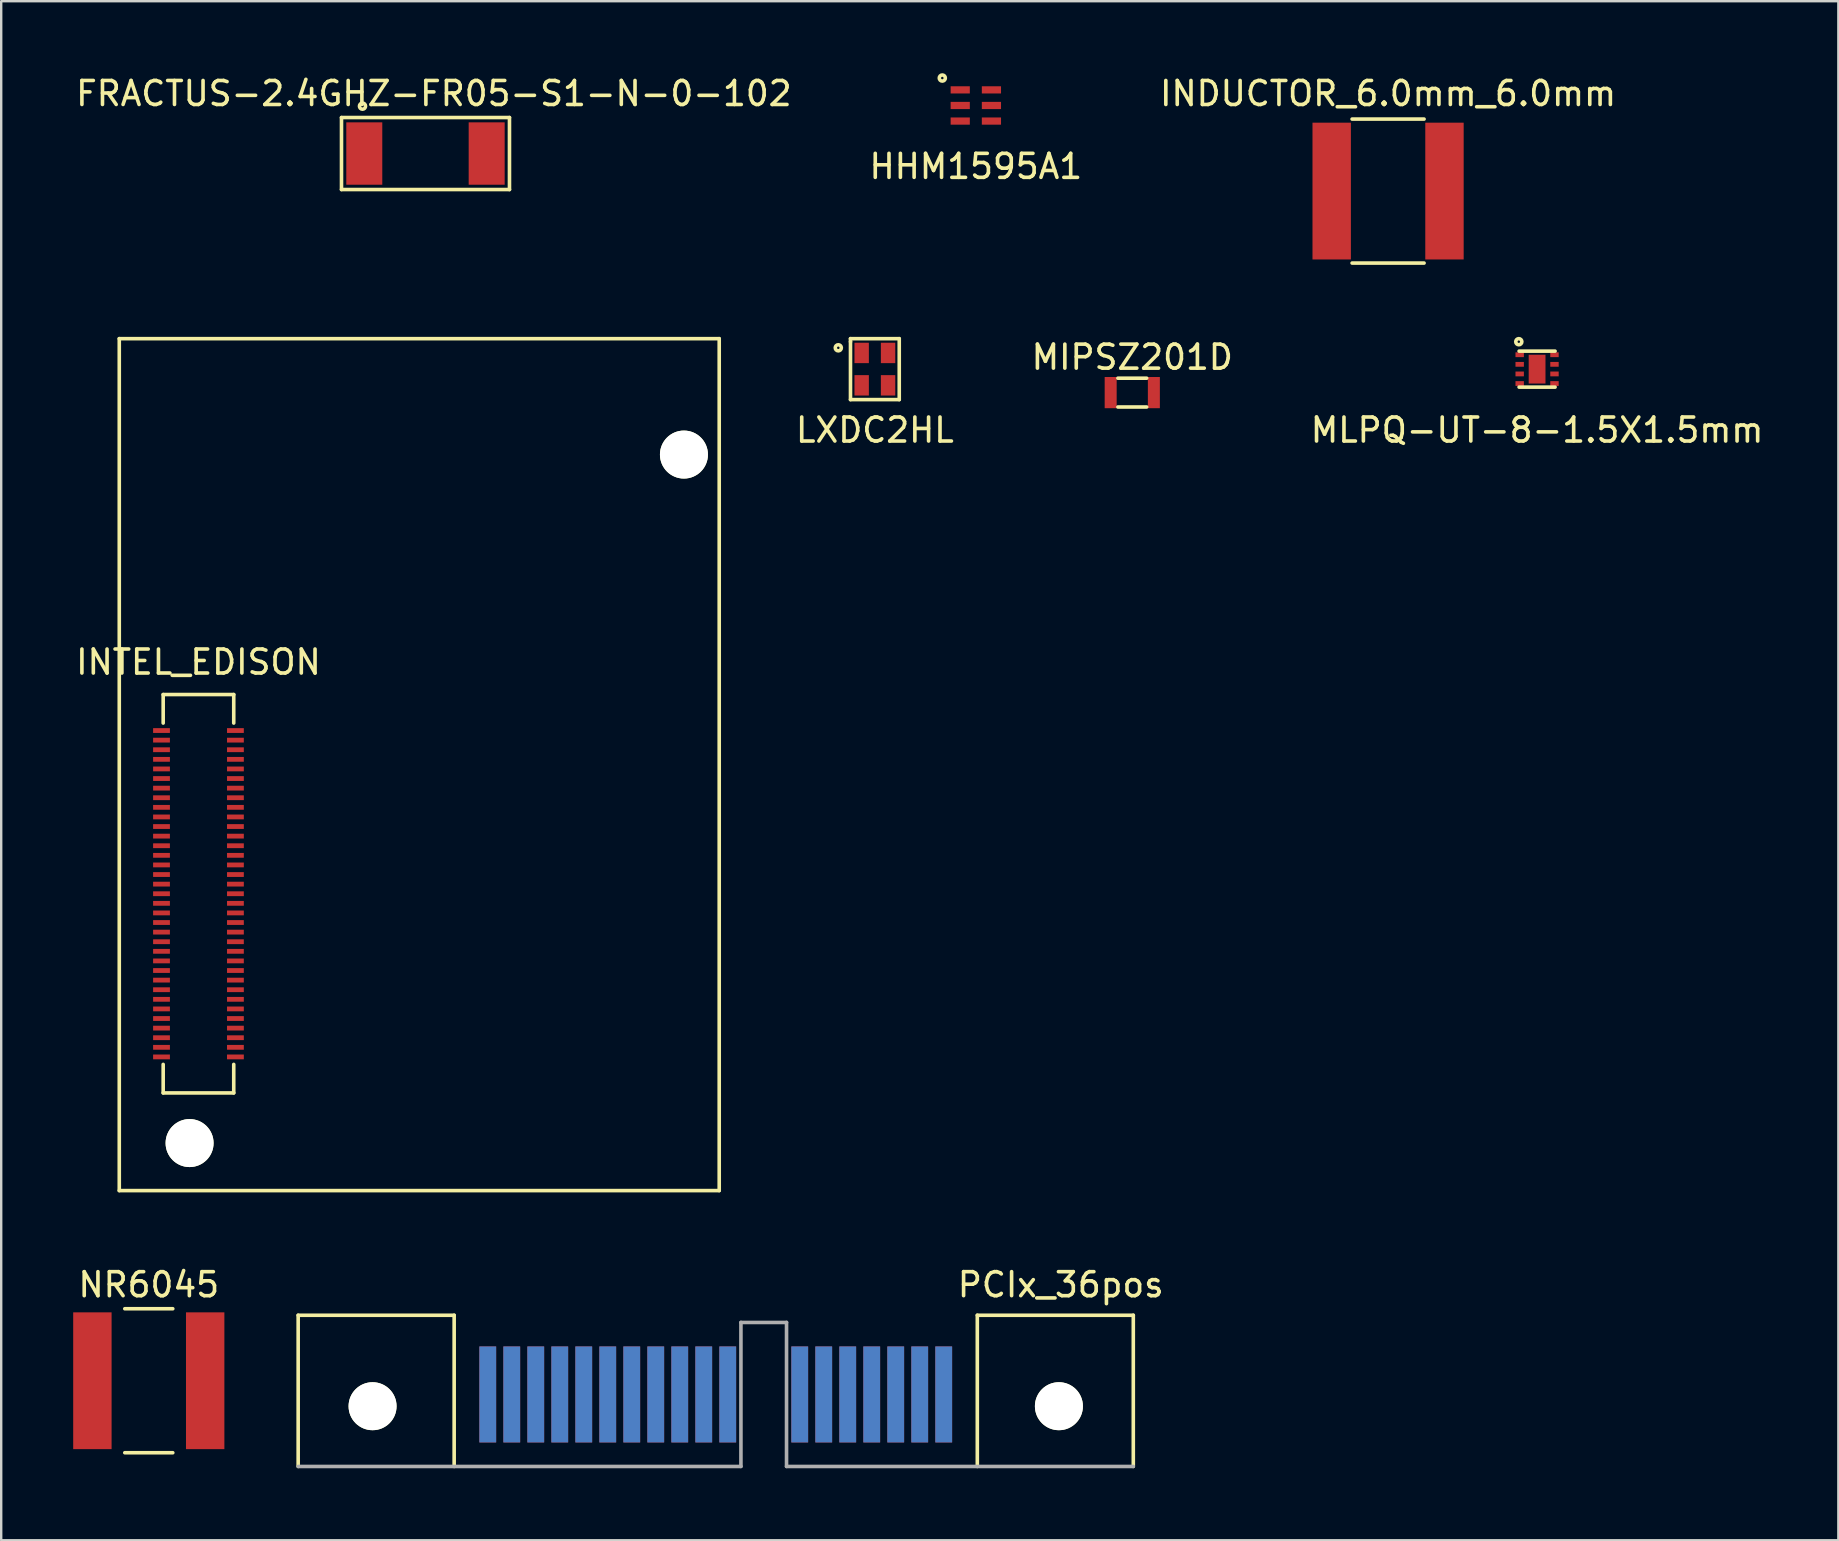
<source format=kicad_pcb>
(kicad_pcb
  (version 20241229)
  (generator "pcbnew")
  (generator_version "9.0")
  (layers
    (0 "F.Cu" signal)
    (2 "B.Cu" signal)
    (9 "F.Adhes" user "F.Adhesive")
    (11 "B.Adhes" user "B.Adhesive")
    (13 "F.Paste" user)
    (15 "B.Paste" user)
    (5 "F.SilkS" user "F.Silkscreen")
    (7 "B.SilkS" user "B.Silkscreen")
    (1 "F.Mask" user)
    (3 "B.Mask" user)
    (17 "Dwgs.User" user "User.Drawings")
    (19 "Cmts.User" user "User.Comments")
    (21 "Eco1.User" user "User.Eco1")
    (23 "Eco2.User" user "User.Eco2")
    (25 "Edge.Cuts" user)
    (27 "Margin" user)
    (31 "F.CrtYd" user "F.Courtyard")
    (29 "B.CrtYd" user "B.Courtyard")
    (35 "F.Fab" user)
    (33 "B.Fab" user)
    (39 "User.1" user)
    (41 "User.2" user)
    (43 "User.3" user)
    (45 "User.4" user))
  (footprint "INTEL_EDISON"
    (layer "F.Cu")
    (at 5.22 34.192)
    (property "Reference" "INTEL_EDISON" (at 0 -9.652 0) (layer "F.SilkS") (effects (font (size 1 1) (thickness 0.15))))
    (attr through_hole)
    (fp_line (start -3.3 -23.13) (end 21.7 -23.13) (stroke (width 0.15) (type solid)) (layer "F.SilkS"))
    (fp_line (start -3.3 12.37) (end -3.3 -23.13) (stroke (width 0.15) (type solid)) (layer "F.SilkS"))
    (fp_line (start -1.47 -8.3) (end 1.47 -8.3) (stroke (width 0.15) (type solid)) (layer "F.SilkS"))
    (fp_line (start -1.47 -7.112) (end -1.47 -8.3) (stroke (width 0.15) (type solid)) (layer "F.SilkS"))
    (fp_line (start -1.47 8.3) (end -1.47 7.112) (stroke (width 0.15) (type solid)) (layer "F.SilkS"))
    (fp_line (start 1.47 -8.3) (end 1.47 -7.112) (stroke (width 0.15) (type solid)) (layer "F.SilkS"))
    (fp_line (start 1.47 7.112) (end 1.47 8.3) (stroke (width 0.15) (type solid)) (layer "F.SilkS"))
    (fp_line (start 1.47 8.3) (end -1.47 8.3) (stroke (width 0.15) (type solid)) (layer "F.SilkS"))
    (fp_line (start 21.7 -23.13) (end 21.7 12.37) (stroke (width 0.15) (type solid)) (layer "F.SilkS"))
    (fp_line (start 21.7 12.37) (end -3.3 12.37) (stroke (width 0.15) (type solid)) (layer "F.SilkS"))
    (pad "" np_thru_hole circle (at -0.37 10.39) (size 2 2) (drill 2) (layers "*.Cu" "*.Mask" "F.SilkS"))
    (pad "" np_thru_hole circle (at 20.23 -18.3) (size 2 2) (drill 2) (layers "*.Cu" "*.Mask" "F.SilkS"))
    (pad "1" smd rect (at -1.54 -6.8) (size 0.7 0.2) (layers "F.Cu" "F.Mask" "F.Paste"))
    (pad "2" smd rect (at 1.54 -6.8) (size 0.7 0.2) (layers "F.Cu" "F.Mask" "F.Paste"))
    (pad "3" smd rect (at -1.54 -6.4) (size 0.7 0.2) (layers "F.Cu" "F.Mask" "F.Paste"))
    (pad "4" smd rect (at 1.54 -6.4) (size 0.7 0.2) (layers "F.Cu" "F.Mask" "F.Paste"))
    (pad "5" smd rect (at -1.54 -6) (size 0.7 0.2) (layers "F.Cu" "F.Mask" "F.Paste"))
    (pad "6" smd rect (at 1.54 -6) (size 0.7 0.2) (layers "F.Cu" "F.Mask" "F.Paste"))
    (pad "7" smd rect (at -1.54 -5.6) (size 0.7 0.2) (layers "F.Cu" "F.Mask" "F.Paste"))
    (pad "8" smd rect (at 1.54 -5.6) (size 0.7 0.2) (layers "F.Cu" "F.Mask" "F.Paste"))
    (pad "9" smd rect (at -1.54 -5.2) (size 0.7 0.2) (layers "F.Cu" "F.Mask" "F.Paste"))
    (pad "10" smd rect (at 1.54 -5.2) (size 0.7 0.2) (layers "F.Cu" "F.Mask" "F.Paste"))
    (pad "11" smd rect (at -1.54 -4.8) (size 0.7 0.2) (layers "F.Cu" "F.Mask" "F.Paste"))
    (pad "12" smd rect (at 1.54 -4.8) (size 0.7 0.2) (layers "F.Cu" "F.Mask" "F.Paste"))
    (pad "13" smd rect (at -1.54 -4.4) (size 0.7 0.2) (layers "F.Cu" "F.Mask" "F.Paste"))
    (pad "14" smd rect (at 1.54 -4.4) (size 0.7 0.2) (layers "F.Cu" "F.Mask" "F.Paste"))
    (pad "15" smd rect (at -1.54 -4) (size 0.7 0.2) (layers "F.Cu" "F.Mask" "F.Paste"))
    (pad "16" smd rect (at 1.54 -4) (size 0.7 0.2) (layers "F.Cu" "F.Mask" "F.Paste"))
    (pad "17" smd rect (at -1.54 -3.6) (size 0.7 0.2) (layers "F.Cu" "F.Mask" "F.Paste"))
    (pad "18" smd rect (at 1.54 -3.6) (size 0.7 0.2) (layers "F.Cu" "F.Mask" "F.Paste"))
    (pad "19" smd rect (at -1.54 -3.2) (size 0.7 0.2) (layers "F.Cu" "F.Mask" "F.Paste"))
    (pad "20" smd rect (at 1.54 -3.2) (size 0.7 0.2) (layers "F.Cu" "F.Mask" "F.Paste"))
    (pad "21" smd rect (at -1.54 -2.8) (size 0.7 0.2) (layers "F.Cu" "F.Mask" "F.Paste"))
    (pad "22" smd rect (at 1.54 -2.8) (size 0.7 0.2) (layers "F.Cu" "F.Mask" "F.Paste"))
    (pad "23" smd rect (at -1.54 -2.4) (size 0.7 0.2) (layers "F.Cu" "F.Mask" "F.Paste"))
    (pad "24" smd rect (at 1.54 -2.4) (size 0.7 0.2) (layers "F.Cu" "F.Mask" "F.Paste"))
    (pad "25" smd rect (at -1.54 -2) (size 0.7 0.2) (layers "F.Cu" "F.Mask" "F.Paste"))
    (pad "26" smd rect (at 1.54 -2) (size 0.7 0.2) (layers "F.Cu" "F.Mask" "F.Paste"))
    (pad "27" smd rect (at -1.54 -1.6) (size 0.7 0.2) (layers "F.Cu" "F.Mask" "F.Paste"))
    (pad "28" smd rect (at 1.54 -1.6) (size 0.7 0.2) (layers "F.Cu" "F.Mask" "F.Paste"))
    (pad "29" smd rect (at -1.54 -1.2) (size 0.7 0.2) (layers "F.Cu" "F.Mask" "F.Paste"))
    (pad "30" smd rect (at 1.54 -1.2) (size 0.7 0.2) (layers "F.Cu" "F.Mask" "F.Paste"))
    (pad "31" smd rect (at -1.54 -0.8) (size 0.7 0.2) (layers "F.Cu" "F.Mask" "F.Paste"))
    (pad "32" smd rect (at 1.54 -0.8) (size 0.7 0.2) (layers "F.Cu" "F.Mask" "F.Paste"))
    (pad "33" smd rect (at -1.54 -0.4) (size 0.7 0.2) (layers "F.Cu" "F.Mask" "F.Paste"))
    (pad "34" smd rect (at 1.54 -0.4) (size 0.7 0.2) (layers "F.Cu" "F.Mask" "F.Paste"))
    (pad "35" smd rect (at -1.54 0) (size 0.7 0.2) (layers "F.Cu" "F.Mask" "F.Paste"))
    (pad "36" smd rect (at 1.54 0) (size 0.7 0.2) (layers "F.Cu" "F.Mask" "F.Paste"))
    (pad "37" smd rect (at -1.54 0.4) (size 0.7 0.2) (layers "F.Cu" "F.Mask" "F.Paste"))
    (pad "38" smd rect (at 1.54 0.4) (size 0.7 0.2) (layers "F.Cu" "F.Mask" "F.Paste"))
    (pad "39" smd rect (at -1.54 0.8) (size 0.7 0.2) (layers "F.Cu" "F.Mask" "F.Paste"))
    (pad "40" smd rect (at 1.54 0.8) (size 0.7 0.2) (layers "F.Cu" "F.Mask" "F.Paste"))
    (pad "41" smd rect (at -1.54 1.2) (size 0.7 0.2) (layers "F.Cu" "F.Mask" "F.Paste"))
    (pad "42" smd rect (at 1.54 1.2) (size 0.7 0.2) (layers "F.Cu" "F.Mask" "F.Paste"))
    (pad "43" smd rect (at -1.54 1.6) (size 0.7 0.2) (layers "F.Cu" "F.Mask" "F.Paste"))
    (pad "44" smd rect (at 1.54 1.6) (size 0.7 0.2) (layers "F.Cu" "F.Mask" "F.Paste"))
    (pad "45" smd rect (at -1.54 2) (size 0.7 0.2) (layers "F.Cu" "F.Mask" "F.Paste"))
    (pad "46" smd rect (at 1.54 2) (size 0.7 0.2) (layers "F.Cu" "F.Mask" "F.Paste"))
    (pad "47" smd rect (at -1.54 2.4) (size 0.7 0.2) (layers "F.Cu" "F.Mask" "F.Paste"))
    (pad "48" smd rect (at 1.54 2.4) (size 0.7 0.2) (layers "F.Cu" "F.Mask" "F.Paste"))
    (pad "49" smd rect (at -1.54 2.8) (size 0.7 0.2) (layers "F.Cu" "F.Mask" "F.Paste"))
    (pad "50" smd rect (at 1.54 2.8) (size 0.7 0.2) (layers "F.Cu" "F.Mask" "F.Paste"))
    (pad "51" smd rect (at -1.54 3.2) (size 0.7 0.2) (layers "F.Cu" "F.Mask" "F.Paste"))
    (pad "52" smd rect (at 1.54 3.2) (size 0.7 0.2) (layers "F.Cu" "F.Mask" "F.Paste"))
    (pad "53" smd rect (at -1.54 3.6) (size 0.7 0.2) (layers "F.Cu" "F.Mask" "F.Paste"))
    (pad "54" smd rect (at 1.54 3.6) (size 0.7 0.2) (layers "F.Cu" "F.Mask" "F.Paste"))
    (pad "55" smd rect (at -1.54 4) (size 0.7 0.2) (layers "F.Cu" "F.Mask" "F.Paste"))
    (pad "56" smd rect (at 1.54 4) (size 0.7 0.2) (layers "F.Cu" "F.Mask" "F.Paste"))
    (pad "57" smd rect (at -1.54 4.4) (size 0.7 0.2) (layers "F.Cu" "F.Mask" "F.Paste"))
    (pad "58" smd rect (at 1.54 4.4) (size 0.7 0.2) (layers "F.Cu" "F.Mask" "F.Paste"))
    (pad "59" smd rect (at -1.54 4.8) (size 0.7 0.2) (layers "F.Cu" "F.Mask" "F.Paste"))
    (pad "60" smd rect (at 1.54 4.8) (size 0.7 0.2) (layers "F.Cu" "F.Mask" "F.Paste"))
    (pad "61" smd rect (at -1.54 5.2) (size 0.7 0.2) (layers "F.Cu" "F.Mask" "F.Paste"))
    (pad "62" smd rect (at 1.54 5.2) (size 0.7 0.2) (layers "F.Cu" "F.Mask" "F.Paste"))
    (pad "63" smd rect (at -1.54 5.6) (size 0.7 0.2) (layers "F.Cu" "F.Mask" "F.Paste"))
    (pad "64" smd rect (at 1.54 5.6) (size 0.7 0.2) (layers "F.Cu" "F.Mask" "F.Paste"))
    (pad "65" smd rect (at -1.54 6) (size 0.7 0.2) (layers "F.Cu" "F.Mask" "F.Paste"))
    (pad "66" smd rect (at 1.54 6) (size 0.7 0.2) (layers "F.Cu" "F.Mask" "F.Paste"))
    (pad "67" smd rect (at -1.54 6.4) (size 0.7 0.2) (layers "F.Cu" "F.Mask" "F.Paste"))
    (pad "68" smd rect (at 1.54 6.4) (size 0.7 0.2) (layers "F.Cu" "F.Mask" "F.Paste"))
    (pad "69" smd rect (at -1.54 6.8) (size 0.7 0.2) (layers "F.Cu" "F.Mask" "F.Paste"))
    (pad "70" smd rect (at 1.54 6.8) (size 0.7 0.2) (layers "F.Cu" "F.Mask" "F.Paste")))
  (footprint "FRACTUS-2.4GHZ-FR05-S1-N-0-102"
    (layer "F.Cu")
    (at 14.68 3.348)
    (property "Reference" "FRACTUS-2.4GHZ-FR05-S1-N-0-102" (at 0.35 -2.5 0) (layer "F.SilkS") (effects (font (size 1 1) (thickness 0.15))))
    (attr through_hole)
    (fp_line (start -3.5 -1.5) (end -3.5 1.5) (stroke (width 0.15) (type solid)) (layer "F.SilkS"))
    (fp_line (start -3.5 1.5) (end 3.5 1.5) (stroke (width 0.15) (type solid)) (layer "F.SilkS"))
    (fp_line (start 3.5 -1.5) (end -3.5 -1.5) (stroke (width 0.15) (type solid)) (layer "F.SilkS"))
    (fp_line (start 3.5 1.5) (end 3.5 -1.5) (stroke (width 0.15) (type solid)) (layer "F.SilkS"))
    (fp_circle (center -2.625 -1.975) (end -2.5 -1.95) (stroke (width 0.15) (type solid)) (fill no) (layer "F.SilkS"))
    (pad "1" smd rect (at -2.55 0) (size 1.5 2.6) (layers "F.Cu" "F.Mask" "F.Paste"))
    (pad "2" smd rect (at 2.55 0) (size 1.5 2.6) (layers "F.Cu" "F.Mask" "F.Paste")))
  (footprint "MIPSZ201D"
    (layer "F.Cu")
    (at 44.132 13.31)
    (property "Reference" "MIPSZ201D" (at 0 -1.475 0) (layer "F.SilkS") (effects (font (size 1 1) (thickness 0.15))))
    (attr through_hole)
    (fp_line (start -0.6 -0.6) (end 0.6 -0.6) (stroke (width 0.15) (type solid)) (layer "F.SilkS"))
    (fp_line (start 0.6 0.6) (end -0.6 0.6) (stroke (width 0.15) (type solid)) (layer "F.SilkS"))
    (pad "1" smd rect (at -0.9 0) (size 0.5 1.3) (layers "F.Cu" "F.Mask" "F.Paste"))
    (pad "2" smd rect (at 0.9 0) (size 0.5 1.3) (layers "F.Cu" "F.Mask" "F.Paste")))
  (footprint "NR6045"
    (layer "F.Cu")
    (at 3.15 54.486)
    (property "Reference" "NR6045" (at 0 -4 0) (layer "F.SilkS") (effects (font (size 1 1) (thickness 0.15))))
    (attr through_hole)
    (fp_line (start -1 -3) (end 1 -3) (stroke (width 0.15) (type solid)) (layer "F.SilkS"))
    (fp_line (start 1 3) (end -1 3) (stroke (width 0.15) (type solid)) (layer "F.SilkS"))
    (pad "1" smd rect (at -2.35 0) (size 1.6 5.7) (layers "F.Cu" "F.Mask" "F.Paste"))
    (pad "2" smd rect (at 2.35 0) (size 1.6 5.7) (layers "F.Cu" "F.Mask" "F.Paste")))
  (footprint "HHM1595A1"
    (layer "F.Cu")
    (at 37.613 1.345)
    (property "Reference" "HHM1595A1" (at 0 2.54 0) (layer "F.SilkS") (effects (font (size 1 1) (thickness 0.15))))
    (attr through_hole)
    (fp_circle (center -1.397 -1.143) (end -1.27 -1.143) (stroke (width 0.15) (type solid)) (fill no) (layer "F.SilkS"))
    (pad "1" smd rect (at -0.65 -0.65) (size 0.8 0.3) (layers "F.Cu" "F.Mask" "F.Paste"))
    (pad "2" smd rect (at -0.65 0) (size 0.8 0.3) (layers "F.Cu" "F.Mask" "F.Paste"))
    (pad "3" smd rect (at -0.65 0.65) (size 0.8 0.3) (layers "F.Cu" "F.Mask" "F.Paste"))
    (pad "4" smd rect (at 0.65 0.65) (size 0.8 0.3) (layers "F.Cu" "F.Mask" "F.Paste"))
    (pad "5" smd rect (at 0.65 0) (size 0.8 0.3) (layers "F.Cu" "F.Mask" "F.Paste"))
    (pad "6" smd rect (at 0.65 -0.65) (size 0.8 0.3) (layers "F.Cu" "F.Mask" "F.Paste")))
  (footprint "PCIx_36pos"
    (layer "F.Cu")
    (at 17.275 55.057)
    (property "Reference" "PCIx_36pos" (at 23.876 -4.572 0) (layer "F.SilkS") (effects (font (size 1 1) (thickness 0.15))))
    (attr through_hole)
    (fp_line (start -7.9 -3.3) (end -7.9 3) (stroke (width 0.15) (type solid)) (layer "F.SilkS"))
    (fp_line (start -7.9 -3.3) (end -1.4 -3.3) (stroke (width 0.15) (type solid)) (layer "F.SilkS"))
    (fp_line (start -1.4 -3.3) (end -1.4 3) (stroke (width 0.15) (type solid)) (layer "F.SilkS"))
    (fp_line (start 20.4 -3.3) (end 20.4 3) (stroke (width 0.15) (type solid)) (layer "F.SilkS"))
    (fp_line (start 26.9 -3.3) (end 20.4 -3.3) (stroke (width 0.15) (type solid)) (layer "F.SilkS"))
    (fp_line (start 26.9 3) (end 26.9 -3.3) (stroke (width 0.15) (type solid)) (layer "F.SilkS"))
    (fp_line (start -7.9 3) (end 10.55 3) (stroke (width 0.15) (type solid)) (layer "F.Fab"))
    (fp_line (start 10.55 -3) (end 12.45 -3) (stroke (width 0.15) (type solid)) (layer "F.Fab"))
    (fp_line (start 10.55 3) (end 10.55 -3) (stroke (width 0.15) (type solid)) (layer "F.Fab"))
    (fp_line (start 12.45 -3) (end 12.45 3) (stroke (width 0.15) (type solid)) (layer "F.Fab"))
    (fp_line (start 12.45 3) (end 26.9 3) (stroke (width 0.15) (type solid)) (layer "F.Fab"))
    (pad "" np_thru_hole circle (at -4.8 0.49) (size 2 2) (drill 2) (layers "*.Cu" "*.Mask" "F.SilkS"))
    (pad "" np_thru_hole circle (at 23.8 0.49) (size 2 2) (drill 2) (layers "*.Cu" "*.Mask" "F.SilkS"))
    (pad "1" smd rect (at 0 0) (size 0.7 4) (layers "F.Cu" "F.Mask" "F.Paste"))
    (pad "2" smd rect (at 0 0) (size 0.7 4) (layers "F.Mask" "B.Cu" "F.Paste"))
    (pad "3" smd rect (at 1 0) (size 0.7 4) (layers "F.Cu" "F.Mask" "F.Paste"))
    (pad "4" smd rect (at 1 0) (size 0.7 4) (layers "F.Mask" "B.Cu" "F.Paste"))
    (pad "5" smd rect (at 2 0) (size 0.7 4) (layers "F.Cu" "F.Mask" "F.Paste"))
    (pad "6" smd rect (at 2 0) (size 0.7 4) (layers "F.Mask" "B.Cu" "F.Paste"))
    (pad "7" smd rect (at 3 0) (size 0.7 4) (layers "F.Cu" "F.Mask" "F.Paste"))
    (pad "8" smd rect (at 3 0) (size 0.7 4) (layers "F.Mask" "B.Cu" "F.Paste"))
    (pad "9" smd rect (at 4 0) (size 0.7 4) (layers "F.Cu" "F.Mask" "F.Paste"))
    (pad "10" smd rect (at 4 0) (size 0.7 4) (layers "F.Mask" "B.Cu" "F.Paste"))
    (pad "11" smd rect (at 5 0) (size 0.7 4) (layers "F.Cu" "F.Mask" "F.Paste"))
    (pad "12" smd rect (at 5 0) (size 0.7 4) (layers "F.Mask" "B.Cu" "F.Paste"))
    (pad "13" smd rect (at 6 0) (size 0.7 4) (layers "F.Cu" "F.Mask" "F.Paste"))
    (pad "14" smd rect (at 6 0) (size 0.7 4) (layers "F.Mask" "B.Cu" "F.Paste"))
    (pad "15" smd rect (at 7 0) (size 0.7 4) (layers "F.Cu" "F.Mask" "F.Paste"))
    (pad "16" smd rect (at 7 0) (size 0.7 4) (layers "F.Mask" "B.Cu" "F.Paste"))
    (pad "17" smd rect (at 8 0) (size 0.7 4) (layers "F.Cu" "F.Mask" "F.Paste"))
    (pad "18" smd rect (at 8 0) (size 0.7 4) (layers "F.Mask" "B.Cu" "F.Paste"))
    (pad "19" smd rect (at 9 0) (size 0.7 4) (layers "F.Cu" "F.Mask" "F.Paste"))
    (pad "20" smd rect (at 9 0) (size 0.7 4) (layers "F.Mask" "B.Cu" "F.Paste"))
    (pad "21" smd rect (at 10 0) (size 0.7 4) (layers "F.Cu" "F.Mask" "F.Paste"))
    (pad "22" smd rect (at 10 0) (size 0.7 4) (layers "F.Mask" "B.Cu" "F.Paste"))
    (pad "23" smd rect (at 13 0) (size 0.7 4) (layers "F.Cu" "F.Mask" "F.Paste"))
    (pad "24" smd rect (at 13 0) (size 0.7 4) (layers "F.Mask" "B.Cu" "F.Paste"))
    (pad "25" smd rect (at 14 0) (size 0.7 4) (layers "F.Cu" "F.Mask" "F.Paste"))
    (pad "26" smd rect (at 14 0) (size 0.7 4) (layers "F.Mask" "B.Cu" "F.Paste"))
    (pad "27" smd rect (at 15 0) (size 0.7 4) (layers "F.Cu" "F.Mask" "F.Paste"))
    (pad "28" smd rect (at 15 0) (size 0.7 4) (layers "F.Mask" "B.Cu" "F.Paste"))
    (pad "29" smd rect (at 16 0) (size 0.7 4) (layers "F.Cu" "F.Mask" "F.Paste"))
    (pad "30" smd rect (at 16 0) (size 0.7 4) (layers "F.Mask" "B.Cu" "F.Paste"))
    (pad "31" smd rect (at 17 0) (size 0.7 4) (layers "F.Cu" "F.Mask" "F.Paste"))
    (pad "32" smd rect (at 17 0) (size 0.7 4) (layers "F.Mask" "B.Cu" "F.Paste"))
    (pad "33" smd rect (at 18 0) (size 0.7 4) (layers "F.Cu" "F.Mask" "F.Paste"))
    (pad "34" smd rect (at 18 0) (size 0.7 4) (layers "F.Mask" "B.Cu" "F.Paste"))
    (pad "35" smd rect (at 19 0) (size 0.7 4) (layers "F.Cu" "F.Mask" "F.Paste"))
    (pad "36" smd rect (at 19 0) (size 0.7 4) (layers "F.Mask" "B.Cu" "F.Paste")))
  (footprint "MLPQ-UT-8-1.5X1.5mm"
    (layer "F.Cu")
    (at 61.001 12.332)
    (property "Reference" "MLPQ-UT-8-1.5X1.5mm" (at 0 2.54 0) (layer "F.SilkS") (effects (font (size 1 1) (thickness 0.15))))
    (attr through_hole)
    (fp_line (start -0.75 -0.75) (end 0.75 -0.75) (stroke (width 0.15) (type solid)) (layer "F.SilkS"))
    (fp_line (start 0.75 0.75) (end -0.75 0.75) (stroke (width 0.15) (type solid)) (layer "F.SilkS"))
    (fp_circle (center -0.762 -1.143) (end -0.635 -1.143) (stroke (width 0.15) (type solid)) (fill no) (layer "F.SilkS"))
    (pad "1" smd rect (at -0.725 -0.6) (size 0.35 0.2) (layers "F.Cu" "F.Mask" "F.Paste"))
    (pad "2" smd rect (at -0.725 -0.2) (size 0.35 0.2) (layers "F.Cu" "F.Mask" "F.Paste"))
    (pad "3" smd rect (at -0.725 0.2) (size 0.35 0.2) (layers "F.Cu" "F.Mask" "F.Paste"))
    (pad "4" smd rect (at -0.725 0.6) (size 0.35 0.2) (layers "F.Cu" "F.Mask" "F.Paste"))
    (pad "5" smd rect (at 0.725 0.6) (size 0.35 0.2) (layers "F.Cu" "F.Mask" "F.Paste"))
    (pad "6" smd rect (at 0.725 0.2) (size 0.35 0.2) (layers "F.Cu" "F.Mask" "F.Paste"))
    (pad "7" smd rect (at 0.725 -0.2) (size 0.35 0.2) (layers "F.Cu" "F.Mask" "F.Paste"))
    (pad "8" smd rect (at 0.725 -0.6) (size 0.35 0.2) (layers "F.Cu" "F.Mask" "F.Paste"))
    (pad "9" smd rect (at 0 0) (size 0.7 1.2) (layers "F.Cu" "F.Mask" "F.Paste")))
  (footprint "INDUCTOR_6.0mm_6.0mm"
    (layer "F.Cu")
    (at 54.792 4.912)
    (property "Reference" "INDUCTOR_6.0mm_6.0mm" (at 0 -4.064 0) (layer "F.SilkS") (effects (font (size 1 1) (thickness 0.15))))
    (attr through_hole)
    (fp_line (start -1.5 -3) (end 1.5 -3) (stroke (width 0.15) (type solid)) (layer "F.SilkS"))
    (fp_line (start -1.5 3) (end 1.5 3) (stroke (width 0.15) (type solid)) (layer "F.SilkS"))
    (pad "1" smd rect (at -2.35 0) (size 1.6 5.7) (layers "F.Cu" "F.Mask" "F.Paste"))
    (pad "2" smd rect (at 2.35 0) (size 1.6 5.7) (layers "F.Cu" "F.Mask" "F.Paste")))
  (footprint "LXDC2HL"
    (layer "F.Cu")
    (at 33.406 12.332)
    (property "Reference" "LXDC2HL" (at 0 2.54 0) (layer "F.SilkS") (effects (font (size 1 1) (thickness 0.15))))
    (attr through_hole)
    (fp_line (start -1.016 -1.27) (end -1.016 -1.143) (stroke (width 0.15) (type solid)) (layer "F.SilkS"))
    (fp_line (start -1.016 -1.143) (end -1.016 1.27) (stroke (width 0.15) (type solid)) (layer "F.SilkS"))
    (fp_line (start -1.016 1.27) (end 1.016 1.27) (stroke (width 0.15) (type solid)) (layer "F.SilkS"))
    (fp_line (start 1.016 -1.27) (end -1.016 -1.27) (stroke (width 0.15) (type solid)) (layer "F.SilkS"))
    (fp_line (start 1.016 1.27) (end 1.016 -1.27) (stroke (width 0.15) (type solid)) (layer "F.SilkS"))
    (fp_circle (center -1.524 -0.889) (end -1.397 -0.889) (stroke (width 0.15) (type solid)) (fill no) (layer "F.SilkS"))
    (pad "1" smd rect (at -0.55 -0.675) (size 0.6 0.85) (layers "F.Cu" "F.Mask" "F.Paste"))
    (pad "2" smd rect (at -0.55 0.675) (size 0.6 0.85) (layers "F.Cu" "F.Mask" "F.Paste"))
    (pad "3" smd rect (at 0.55 0.675) (size 0.6 0.85) (layers "F.Cu" "F.Mask" "F.Paste"))
    (pad "4" smd rect (at 0.55 -0.675) (size 0.6 0.85) (layers "F.Cu" "F.Mask" "F.Paste")))
  (gr_rect
    (start -3 -3)
    (end 73.555 61.133)
    (stroke (width 0.1) (type default))
    (fill no)
    (layer "Edge.Cuts")))
</source>
